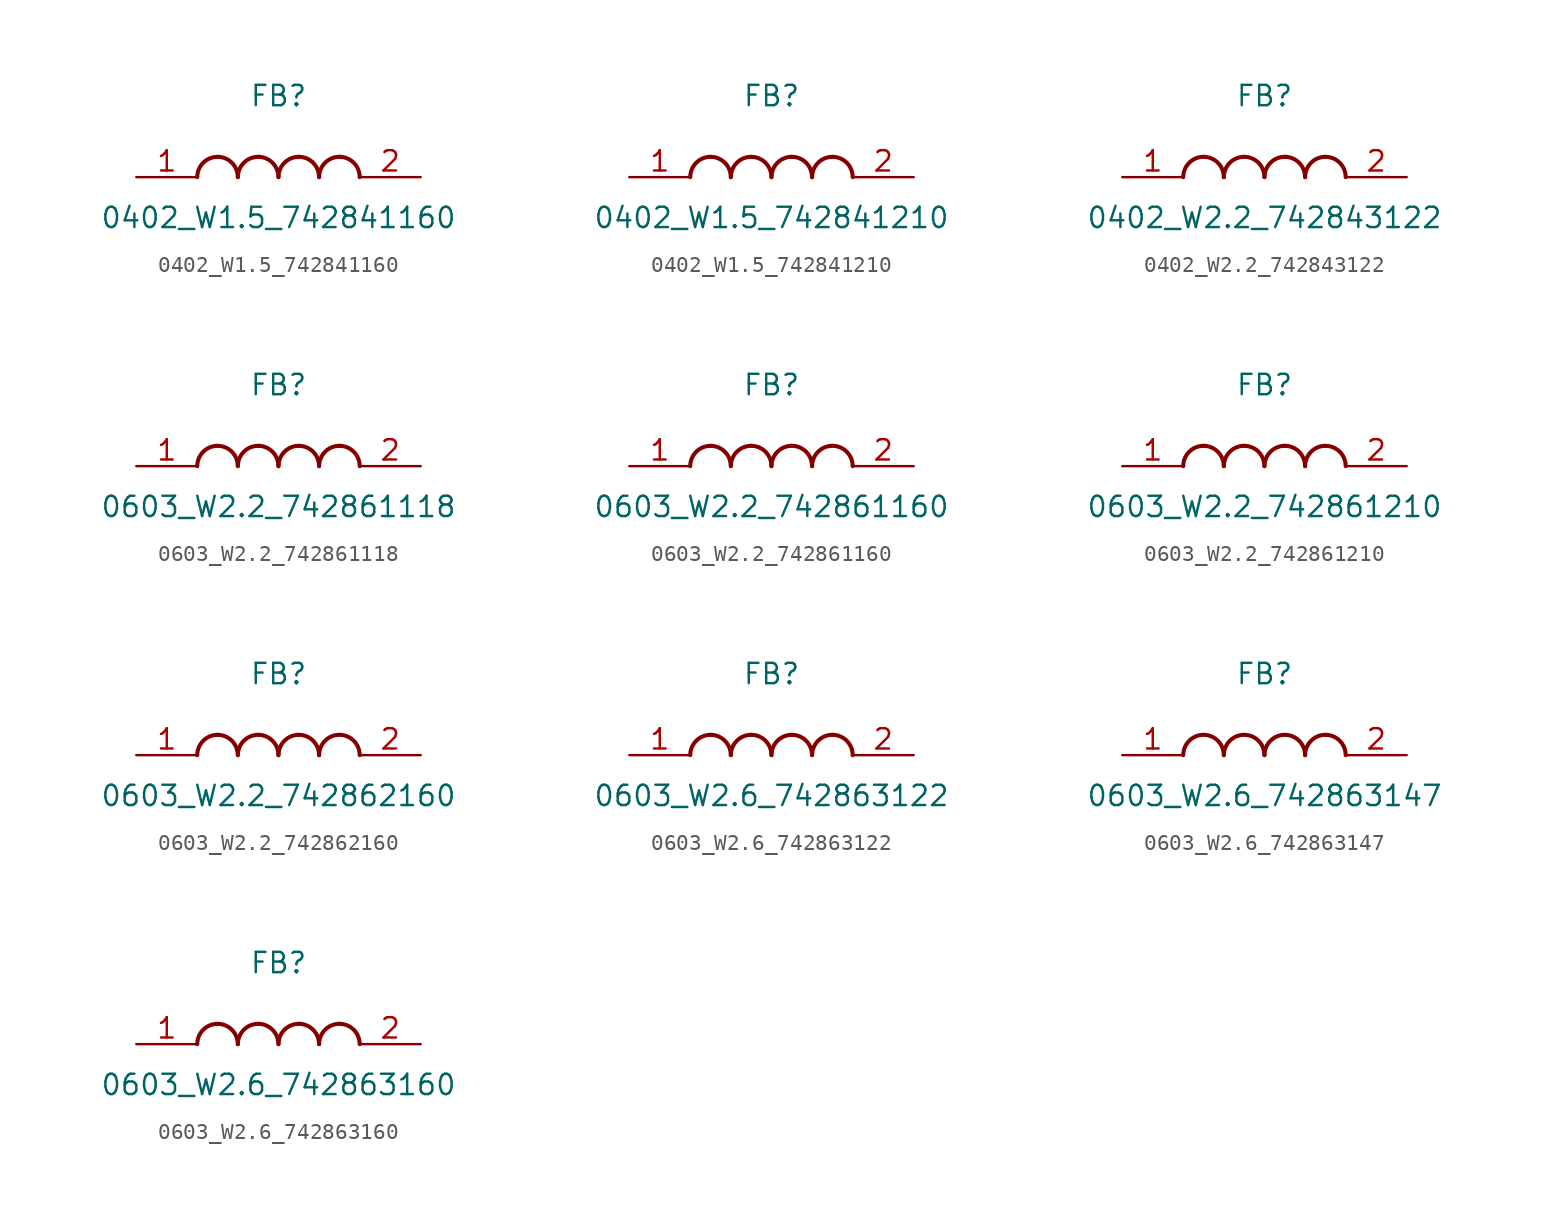
<source format=kicad_sym>
(kicad_symbol_lib
  (version 20211014)
  (generator kicad_symbol_editor)
  (symbol "Ferrite_Wurth_WE-CBF-HF:0402_W1.5_742841160"
    (pin_names hide)
    (property "Reference" "FB"
      (at 0 5.08 0)
      (effects (font (size 1.27 1.27))))
    (property "Value" "0402_W1.5_742841160"
      (at 0 -2.54 0)
      (effects (font (size 1.27 1.27))))
    (symbol "0402_W1.5_742841160_0_1"
      (arc (start -3.81 1.27) (mid -4.708 0.898) (end -5.08 0) (stroke (width 0.254) (type default)) (fill (type none)))
      (arc (start -2.54 0) (mid -2.912 0.898) (end -3.81 1.27) (stroke (width 0.254) (type default)) (fill (type none)))
      (arc (start -1.2699 1.2701) (mid -2.1679 0.8981) (end -2.5399 0.0001) (stroke (width 0.254) (type default)) (fill (type none)))
      (arc (start 0.0001 0.0001) (mid -0.3719 0.8981) (end -1.2699 1.2701) (stroke (width 0.254) (type default)) (fill (type none)))
      (arc (start 1.2701 1.2701) (mid 0.3721 0.8981) (end 0.0001 0.0001) (stroke (width 0.254) (type default)) (fill (type none)))
      (arc (start 2.5401 0.0001) (mid 2.1681 0.8981) (end 1.2701 1.2701) (stroke (width 0.254) (type default)) (fill (type none)))
      (arc (start 3.8101 1.2701) (mid 2.9121 0.8981) (end 2.5401 0.0001) (stroke (width 0.254) (type default)) (fill (type none)))
      (arc (start 5.0801 0.0001) (mid 4.7081 0.8981) (end 3.8101 1.2701) (stroke (width 0.254) (type default)) (fill (type none))))
    (symbol "0402_W1.5_742841160_1_1"
      (pin passive line (at -8.89 0 0) (length 3.81) (name "1" (effects (font (size 1.27 1.27)))) (number "1" (effects (font (size 1.27 1.27)))))
      (pin passive line (at 8.89 0 180) (length 3.81) (name "2" (effects (font (size 1.27 1.27)))) (number "2" (effects (font (size 1.27 1.27)))))))
  (symbol "Ferrite_Wurth_WE-CBF-HF:0402_W1.5_742841210"
    (pin_names hide)
    (property "Reference" "FB"
      (at 0 5.08 0)
      (effects (font (size 1.27 1.27))))
    (property "Value" "0402_W1.5_742841210"
      (at 0 -2.54 0)
      (effects (font (size 1.27 1.27))))
    (symbol "0402_W1.5_742841210_0_1"
      (arc (start -3.81 1.27) (mid -4.708 0.898) (end -5.08 0) (stroke (width 0.254) (type default)) (fill (type none)))
      (arc (start -2.54 0) (mid -2.912 0.898) (end -3.81 1.27) (stroke (width 0.254) (type default)) (fill (type none)))
      (arc (start -1.2699 1.2701) (mid -2.1679 0.8981) (end -2.5399 0.0001) (stroke (width 0.254) (type default)) (fill (type none)))
      (arc (start 0.0001 0.0001) (mid -0.3719 0.8981) (end -1.2699 1.2701) (stroke (width 0.254) (type default)) (fill (type none)))
      (arc (start 1.2701 1.2701) (mid 0.3721 0.8981) (end 0.0001 0.0001) (stroke (width 0.254) (type default)) (fill (type none)))
      (arc (start 2.5401 0.0001) (mid 2.1681 0.8981) (end 1.2701 1.2701) (stroke (width 0.254) (type default)) (fill (type none)))
      (arc (start 3.8101 1.2701) (mid 2.9121 0.8981) (end 2.5401 0.0001) (stroke (width 0.254) (type default)) (fill (type none)))
      (arc (start 5.0801 0.0001) (mid 4.7081 0.8981) (end 3.8101 1.2701) (stroke (width 0.254) (type default)) (fill (type none))))
    (symbol "0402_W1.5_742841210_1_1"
      (pin passive line (at -8.89 0 0) (length 3.81) (name "1" (effects (font (size 1.27 1.27)))) (number "1" (effects (font (size 1.27 1.27)))))
      (pin passive line (at 8.89 0 180) (length 3.81) (name "2" (effects (font (size 1.27 1.27)))) (number "2" (effects (font (size 1.27 1.27)))))))
  (symbol "Ferrite_Wurth_WE-CBF-HF:0402_W2.2_742843122"
    (pin_names hide)
    (property "Reference" "FB"
      (at 0 5.08 0)
      (effects (font (size 1.27 1.27))))
    (property "Value" "0402_W2.2_742843122"
      (at 0 -2.54 0)
      (effects (font (size 1.27 1.27))))
    (symbol "0402_W2.2_742843122_0_1"
      (arc (start -3.81 1.27) (mid -4.708 0.898) (end -5.08 0) (stroke (width 0.254) (type default)) (fill (type none)))
      (arc (start -2.54 0) (mid -2.912 0.898) (end -3.81 1.27) (stroke (width 0.254) (type default)) (fill (type none)))
      (arc (start -1.2699 1.2701) (mid -2.1679 0.8981) (end -2.5399 0.0001) (stroke (width 0.254) (type default)) (fill (type none)))
      (arc (start 0.0001 0.0001) (mid -0.3719 0.8981) (end -1.2699 1.2701) (stroke (width 0.254) (type default)) (fill (type none)))
      (arc (start 1.2701 1.2701) (mid 0.3721 0.8981) (end 0.0001 0.0001) (stroke (width 0.254) (type default)) (fill (type none)))
      (arc (start 2.5401 0.0001) (mid 2.1681 0.8981) (end 1.2701 1.2701) (stroke (width 0.254) (type default)) (fill (type none)))
      (arc (start 3.8101 1.2701) (mid 2.9121 0.8981) (end 2.5401 0.0001) (stroke (width 0.254) (type default)) (fill (type none)))
      (arc (start 5.0801 0.0001) (mid 4.7081 0.8981) (end 3.8101 1.2701) (stroke (width 0.254) (type default)) (fill (type none))))
    (symbol "0402_W2.2_742843122_1_1"
      (pin passive line (at -8.89 0 0) (length 3.81) (name "1" (effects (font (size 1.27 1.27)))) (number "1" (effects (font (size 1.27 1.27)))))
      (pin passive line (at 8.89 0 180) (length 3.81) (name "2" (effects (font (size 1.27 1.27)))) (number "2" (effects (font (size 1.27 1.27)))))))
  (symbol "Ferrite_Wurth_WE-CBF-HF:0603_W2.2_742861118"
    (pin_names hide)
    (property "Reference" "FB"
      (at 0 5.08 0)
      (effects (font (size 1.27 1.27))))
    (property "Value" "0603_W2.2_742861118"
      (at 0 -2.54 0)
      (effects (font (size 1.27 1.27))))
    (symbol "0603_W2.2_742861118_0_1"
      (arc (start -3.81 1.27) (mid -4.708 0.898) (end -5.08 0) (stroke (width 0.254) (type default)) (fill (type none)))
      (arc (start -2.54 0) (mid -2.912 0.898) (end -3.81 1.27) (stroke (width 0.254) (type default)) (fill (type none)))
      (arc (start -1.2699 1.2701) (mid -2.1679 0.8981) (end -2.5399 0.0001) (stroke (width 0.254) (type default)) (fill (type none)))
      (arc (start 0.0001 0.0001) (mid -0.3719 0.8981) (end -1.2699 1.2701) (stroke (width 0.254) (type default)) (fill (type none)))
      (arc (start 1.2701 1.2701) (mid 0.3721 0.8981) (end 0.0001 0.0001) (stroke (width 0.254) (type default)) (fill (type none)))
      (arc (start 2.5401 0.0001) (mid 2.1681 0.8981) (end 1.2701 1.2701) (stroke (width 0.254) (type default)) (fill (type none)))
      (arc (start 3.8101 1.2701) (mid 2.9121 0.8981) (end 2.5401 0.0001) (stroke (width 0.254) (type default)) (fill (type none)))
      (arc (start 5.0801 0.0001) (mid 4.7081 0.8981) (end 3.8101 1.2701) (stroke (width 0.254) (type default)) (fill (type none))))
    (symbol "0603_W2.2_742861118_1_1"
      (pin passive line (at -8.89 0 0) (length 3.81) (name "1" (effects (font (size 1.27 1.27)))) (number "1" (effects (font (size 1.27 1.27)))))
      (pin passive line (at 8.89 0 180) (length 3.81) (name "2" (effects (font (size 1.27 1.27)))) (number "2" (effects (font (size 1.27 1.27)))))))
  (symbol "Ferrite_Wurth_WE-CBF-HF:0603_W2.2_742861160"
    (pin_names hide)
    (property "Reference" "FB"
      (at 0 5.08 0)
      (effects (font (size 1.27 1.27))))
    (property "Value" "0603_W2.2_742861160"
      (at 0 -2.54 0)
      (effects (font (size 1.27 1.27))))
    (symbol "0603_W2.2_742861160_0_1"
      (arc (start -3.81 1.27) (mid -4.708 0.898) (end -5.08 0) (stroke (width 0.254) (type default)) (fill (type none)))
      (arc (start -2.54 0) (mid -2.912 0.898) (end -3.81 1.27) (stroke (width 0.254) (type default)) (fill (type none)))
      (arc (start -1.2699 1.2701) (mid -2.1679 0.8981) (end -2.5399 0.0001) (stroke (width 0.254) (type default)) (fill (type none)))
      (arc (start 0.0001 0.0001) (mid -0.3719 0.8981) (end -1.2699 1.2701) (stroke (width 0.254) (type default)) (fill (type none)))
      (arc (start 1.2701 1.2701) (mid 0.3721 0.8981) (end 0.0001 0.0001) (stroke (width 0.254) (type default)) (fill (type none)))
      (arc (start 2.5401 0.0001) (mid 2.1681 0.8981) (end 1.2701 1.2701) (stroke (width 0.254) (type default)) (fill (type none)))
      (arc (start 3.8101 1.2701) (mid 2.9121 0.8981) (end 2.5401 0.0001) (stroke (width 0.254) (type default)) (fill (type none)))
      (arc (start 5.0801 0.0001) (mid 4.7081 0.8981) (end 3.8101 1.2701) (stroke (width 0.254) (type default)) (fill (type none))))
    (symbol "0603_W2.2_742861160_1_1"
      (pin passive line (at -8.89 0 0) (length 3.81) (name "1" (effects (font (size 1.27 1.27)))) (number "1" (effects (font (size 1.27 1.27)))))
      (pin passive line (at 8.89 0 180) (length 3.81) (name "2" (effects (font (size 1.27 1.27)))) (number "2" (effects (font (size 1.27 1.27)))))))
  (symbol "Ferrite_Wurth_WE-CBF-HF:0603_W2.2_742861210"
    (pin_names hide)
    (property "Reference" "FB"
      (at 0 5.08 0)
      (effects (font (size 1.27 1.27))))
    (property "Value" "0603_W2.2_742861210"
      (at 0 -2.54 0)
      (effects (font (size 1.27 1.27))))
    (symbol "0603_W2.2_742861210_0_1"
      (arc (start -3.81 1.27) (mid -4.708 0.898) (end -5.08 0) (stroke (width 0.254) (type default)) (fill (type none)))
      (arc (start -2.54 0) (mid -2.912 0.898) (end -3.81 1.27) (stroke (width 0.254) (type default)) (fill (type none)))
      (arc (start -1.2699 1.2701) (mid -2.1679 0.8981) (end -2.5399 0.0001) (stroke (width 0.254) (type default)) (fill (type none)))
      (arc (start 0.0001 0.0001) (mid -0.3719 0.8981) (end -1.2699 1.2701) (stroke (width 0.254) (type default)) (fill (type none)))
      (arc (start 1.2701 1.2701) (mid 0.3721 0.8981) (end 0.0001 0.0001) (stroke (width 0.254) (type default)) (fill (type none)))
      (arc (start 2.5401 0.0001) (mid 2.1681 0.8981) (end 1.2701 1.2701) (stroke (width 0.254) (type default)) (fill (type none)))
      (arc (start 3.8101 1.2701) (mid 2.9121 0.8981) (end 2.5401 0.0001) (stroke (width 0.254) (type default)) (fill (type none)))
      (arc (start 5.0801 0.0001) (mid 4.7081 0.8981) (end 3.8101 1.2701) (stroke (width 0.254) (type default)) (fill (type none))))
    (symbol "0603_W2.2_742861210_1_1"
      (pin passive line (at -8.89 0 0) (length 3.81) (name "1" (effects (font (size 1.27 1.27)))) (number "1" (effects (font (size 1.27 1.27)))))
      (pin passive line (at 8.89 0 180) (length 3.81) (name "2" (effects (font (size 1.27 1.27)))) (number "2" (effects (font (size 1.27 1.27)))))))
  (symbol "Ferrite_Wurth_WE-CBF-HF:0603_W2.2_742862160"
    (pin_names hide)
    (property "Reference" "FB"
      (at 0 5.08 0)
      (effects (font (size 1.27 1.27))))
    (property "Value" "0603_W2.2_742862160"
      (at 0 -2.54 0)
      (effects (font (size 1.27 1.27))))
    (symbol "0603_W2.2_742862160_0_1"
      (arc (start -3.81 1.27) (mid -4.708 0.898) (end -5.08 0) (stroke (width 0.254) (type default)) (fill (type none)))
      (arc (start -2.54 0) (mid -2.912 0.898) (end -3.81 1.27) (stroke (width 0.254) (type default)) (fill (type none)))
      (arc (start -1.2699 1.2701) (mid -2.1679 0.8981) (end -2.5399 0.0001) (stroke (width 0.254) (type default)) (fill (type none)))
      (arc (start 0.0001 0.0001) (mid -0.3719 0.8981) (end -1.2699 1.2701) (stroke (width 0.254) (type default)) (fill (type none)))
      (arc (start 1.2701 1.2701) (mid 0.3721 0.8981) (end 0.0001 0.0001) (stroke (width 0.254) (type default)) (fill (type none)))
      (arc (start 2.5401 0.0001) (mid 2.1681 0.8981) (end 1.2701 1.2701) (stroke (width 0.254) (type default)) (fill (type none)))
      (arc (start 3.8101 1.2701) (mid 2.9121 0.8981) (end 2.5401 0.0001) (stroke (width 0.254) (type default)) (fill (type none)))
      (arc (start 5.0801 0.0001) (mid 4.7081 0.8981) (end 3.8101 1.2701) (stroke (width 0.254) (type default)) (fill (type none))))
    (symbol "0603_W2.2_742862160_1_1"
      (pin passive line (at -8.89 0 0) (length 3.81) (name "1" (effects (font (size 1.27 1.27)))) (number "1" (effects (font (size 1.27 1.27)))))
      (pin passive line (at 8.89 0 180) (length 3.81) (name "2" (effects (font (size 1.27 1.27)))) (number "2" (effects (font (size 1.27 1.27)))))))
  (symbol "Ferrite_Wurth_WE-CBF-HF:0603_W2.6_742863122"
    (pin_names hide)
    (property "Reference" "FB"
      (at 0 5.08 0)
      (effects (font (size 1.27 1.27))))
    (property "Value" "0603_W2.6_742863122"
      (at 0 -2.54 0)
      (effects (font (size 1.27 1.27))))
    (symbol "0603_W2.6_742863122_0_1"
      (arc (start -3.81 1.27) (mid -4.708 0.898) (end -5.08 0) (stroke (width 0.254) (type default)) (fill (type none)))
      (arc (start -2.54 0) (mid -2.912 0.898) (end -3.81 1.27) (stroke (width 0.254) (type default)) (fill (type none)))
      (arc (start -1.2699 1.2701) (mid -2.1679 0.8981) (end -2.5399 0.0001) (stroke (width 0.254) (type default)) (fill (type none)))
      (arc (start 0.0001 0.0001) (mid -0.3719 0.8981) (end -1.2699 1.2701) (stroke (width 0.254) (type default)) (fill (type none)))
      (arc (start 1.2701 1.2701) (mid 0.3721 0.8981) (end 0.0001 0.0001) (stroke (width 0.254) (type default)) (fill (type none)))
      (arc (start 2.5401 0.0001) (mid 2.1681 0.8981) (end 1.2701 1.2701) (stroke (width 0.254) (type default)) (fill (type none)))
      (arc (start 3.8101 1.2701) (mid 2.9121 0.8981) (end 2.5401 0.0001) (stroke (width 0.254) (type default)) (fill (type none)))
      (arc (start 5.0801 0.0001) (mid 4.7081 0.8981) (end 3.8101 1.2701) (stroke (width 0.254) (type default)) (fill (type none))))
    (symbol "0603_W2.6_742863122_1_1"
      (pin passive line (at -8.89 0 0) (length 3.81) (name "1" (effects (font (size 1.27 1.27)))) (number "1" (effects (font (size 1.27 1.27)))))
      (pin passive line (at 8.89 0 180) (length 3.81) (name "2" (effects (font (size 1.27 1.27)))) (number "2" (effects (font (size 1.27 1.27)))))))
  (symbol "Ferrite_Wurth_WE-CBF-HF:0603_W2.6_742863147"
    (pin_names hide)
    (property "Reference" "FB"
      (at 0 5.08 0)
      (effects (font (size 1.27 1.27))))
    (property "Value" "0603_W2.6_742863147"
      (at 0 -2.54 0)
      (effects (font (size 1.27 1.27))))
    (symbol "0603_W2.6_742863147_0_1"
      (arc (start -3.81 1.27) (mid -4.708 0.898) (end -5.08 0) (stroke (width 0.254) (type default)) (fill (type none)))
      (arc (start -2.54 0) (mid -2.912 0.898) (end -3.81 1.27) (stroke (width 0.254) (type default)) (fill (type none)))
      (arc (start -1.2699 1.2701) (mid -2.1679 0.8981) (end -2.5399 0.0001) (stroke (width 0.254) (type default)) (fill (type none)))
      (arc (start 0.0001 0.0001) (mid -0.3719 0.8981) (end -1.2699 1.2701) (stroke (width 0.254) (type default)) (fill (type none)))
      (arc (start 1.2701 1.2701) (mid 0.3721 0.8981) (end 0.0001 0.0001) (stroke (width 0.254) (type default)) (fill (type none)))
      (arc (start 2.5401 0.0001) (mid 2.1681 0.8981) (end 1.2701 1.2701) (stroke (width 0.254) (type default)) (fill (type none)))
      (arc (start 3.8101 1.2701) (mid 2.9121 0.8981) (end 2.5401 0.0001) (stroke (width 0.254) (type default)) (fill (type none)))
      (arc (start 5.0801 0.0001) (mid 4.7081 0.8981) (end 3.8101 1.2701) (stroke (width 0.254) (type default)) (fill (type none))))
    (symbol "0603_W2.6_742863147_1_1"
      (pin passive line (at -8.89 0 0) (length 3.81) (name "1" (effects (font (size 1.27 1.27)))) (number "1" (effects (font (size 1.27 1.27)))))
      (pin passive line (at 8.89 0 180) (length 3.81) (name "2" (effects (font (size 1.27 1.27)))) (number "2" (effects (font (size 1.27 1.27)))))))
  (symbol "Ferrite_Wurth_WE-CBF-HF:0603_W2.6_742863160"
    (pin_names hide)
    (property "Reference" "FB"
      (at 0 5.08 0)
      (effects (font (size 1.27 1.27))))
    (property "Value" "0603_W2.6_742863160"
      (at 0 -2.54 0)
      (effects (font (size 1.27 1.27))))
    (symbol "0603_W2.6_742863160_0_1"
      (arc (start -3.81 1.27) (mid -4.708 0.898) (end -5.08 0) (stroke (width 0.254) (type default)) (fill (type none)))
      (arc (start -2.54 0) (mid -2.912 0.898) (end -3.81 1.27) (stroke (width 0.254) (type default)) (fill (type none)))
      (arc (start -1.2699 1.2701) (mid -2.1679 0.8981) (end -2.5399 0.0001) (stroke (width 0.254) (type default)) (fill (type none)))
      (arc (start 0.0001 0.0001) (mid -0.3719 0.8981) (end -1.2699 1.2701) (stroke (width 0.254) (type default)) (fill (type none)))
      (arc (start 1.2701 1.2701) (mid 0.3721 0.8981) (end 0.0001 0.0001) (stroke (width 0.254) (type default)) (fill (type none)))
      (arc (start 2.5401 0.0001) (mid 2.1681 0.8981) (end 1.2701 1.2701) (stroke (width 0.254) (type default)) (fill (type none)))
      (arc (start 3.8101 1.2701) (mid 2.9121 0.8981) (end 2.5401 0.0001) (stroke (width 0.254) (type default)) (fill (type none)))
      (arc (start 5.0801 0.0001) (mid 4.7081 0.8981) (end 3.8101 1.2701) (stroke (width 0.254) (type default)) (fill (type none))))
    (symbol "0603_W2.6_742863160_1_1"
      (pin passive line (at -8.89 0 0) (length 3.81) (name "1" (effects (font (size 1.27 1.27)))) (number "1" (effects (font (size 1.27 1.27)))))
      (pin passive line (at 8.89 0 180) (length 3.81) (name "2" (effects (font (size 1.27 1.27)))) (number "2" (effects (font (size 1.27 1.27))))))))
</source>
